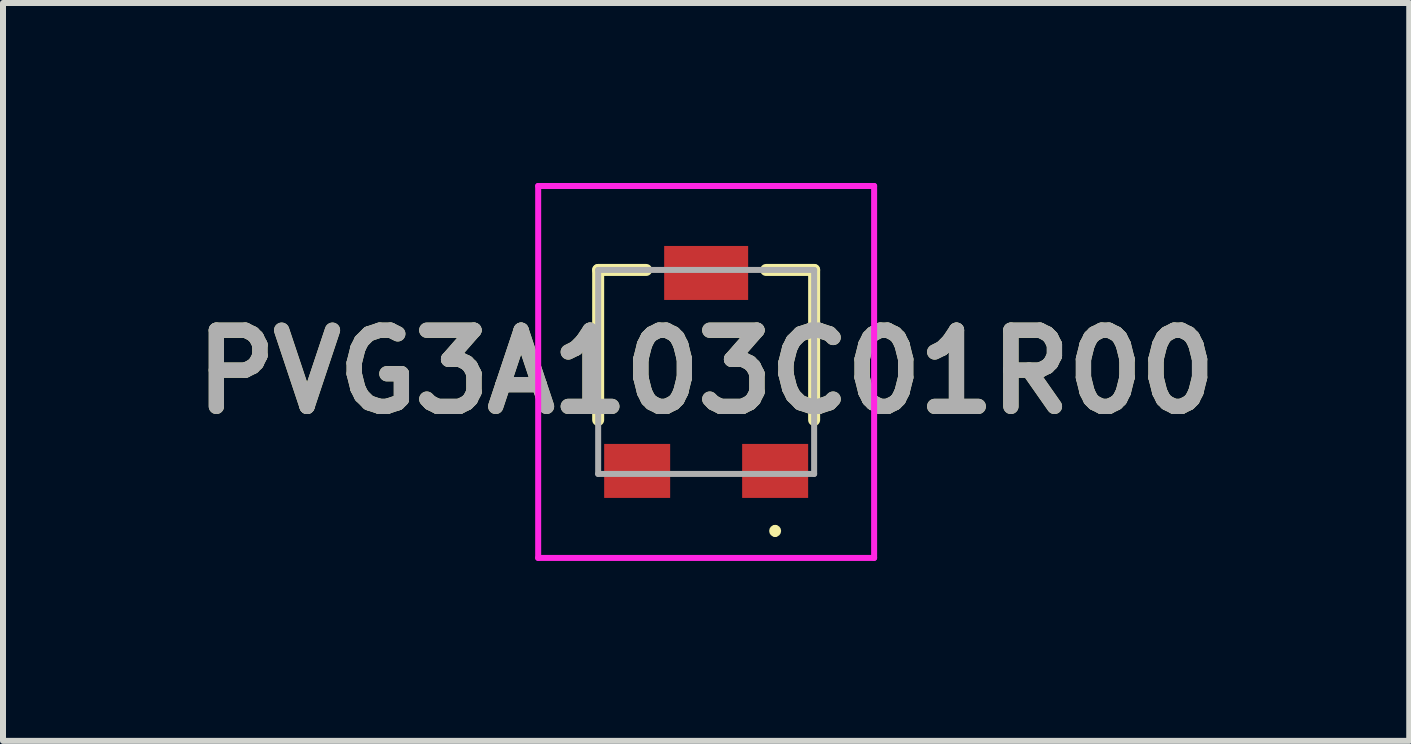
<source format=kicad_pcb>
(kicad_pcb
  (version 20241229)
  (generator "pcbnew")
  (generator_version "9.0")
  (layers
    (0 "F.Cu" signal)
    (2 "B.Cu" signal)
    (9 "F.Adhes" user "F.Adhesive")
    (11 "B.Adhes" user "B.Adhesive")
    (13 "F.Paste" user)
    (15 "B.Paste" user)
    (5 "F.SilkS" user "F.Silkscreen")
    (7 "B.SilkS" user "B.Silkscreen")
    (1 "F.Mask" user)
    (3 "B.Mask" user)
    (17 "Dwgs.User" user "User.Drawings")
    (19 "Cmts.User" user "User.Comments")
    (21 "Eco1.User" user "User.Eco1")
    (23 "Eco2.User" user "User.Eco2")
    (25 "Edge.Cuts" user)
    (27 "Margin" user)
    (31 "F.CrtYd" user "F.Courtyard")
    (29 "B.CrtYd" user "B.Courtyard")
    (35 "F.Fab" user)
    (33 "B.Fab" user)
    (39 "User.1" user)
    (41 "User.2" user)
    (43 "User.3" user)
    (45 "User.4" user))
  (footprint "PVG3A103C01R00"
    (layer "F.Cu")
    (at 8.721 3.15)
    (property "Reference" "PVG3A103C01R00" (at 0 0 0) (layer "F.SilkS") (effects (font (size 1.27 1.27) (thickness 0.254))))
    (attr smd)
    (fp_line (start -1.8 -1.7) (end -1.8 0.8) (stroke (width 0.2) (type solid)) (layer "F.SilkS"))
    (fp_line (start -1 -1.7) (end -1.8 -1.7) (stroke (width 0.2) (type solid)) (layer "F.SilkS"))
    (fp_line (start 1 -1.7) (end 1.8 -1.7) (stroke (width 0.2) (type solid)) (layer "F.SilkS"))
    (fp_line (start 1.15 2.6) (end 1.15 2.6) (stroke (width 0.1) (type solid)) (layer "F.SilkS"))
    (fp_line (start 1.15 2.7) (end 1.15 2.7) (stroke (width 0.1) (type solid)) (layer "F.SilkS"))
    (fp_line (start 1.8 -1.7) (end 1.8 0.8) (stroke (width 0.2) (type solid)) (layer "F.SilkS"))
    (fp_arc (start 1.15 2.6) (mid 1.2 2.65) (end 1.15 2.7) (stroke (width 0.1) (type solid)) (layer "F.SilkS"))
    (fp_arc (start 1.15 2.7) (mid 1.1 2.65) (end 1.15 2.6) (stroke (width 0.1) (type solid)) (layer "F.SilkS"))
    (fp_line (start -2.8 -3.1) (end 2.8 -3.1) (stroke (width 0.1) (type solid)) (layer "F.CrtYd"))
    (fp_line (start -2.8 3.1) (end -2.8 -3.1) (stroke (width 0.1) (type solid)) (layer "F.CrtYd"))
    (fp_line (start 2.8 -3.1) (end 2.8 3.1) (stroke (width 0.1) (type solid)) (layer "F.CrtYd"))
    (fp_line (start 2.8 3.1) (end -2.8 3.1) (stroke (width 0.1) (type solid)) (layer "F.CrtYd"))
    (fp_line (start -1.8 -1.7) (end 1.8 -1.7) (stroke (width 0.1) (type solid)) (layer "F.Fab"))
    (fp_line (start -1.8 1.7) (end -1.8 -1.7) (stroke (width 0.1) (type solid)) (layer "F.Fab"))
    (fp_line (start 1.8 -1.7) (end 1.8 1.7) (stroke (width 0.1) (type solid)) (layer "F.Fab"))
    (fp_line (start 1.8 1.7) (end -1.8 1.7) (stroke (width 0.1) (type solid)) (layer "F.Fab"))
    (fp_text user "${REFERENCE}" (at 0 0 0) (layer "F.Fab") (effects (font (size 1.27 1.27) (thickness 0.254))))
    (pad "1" smd rect (at 1.15 1.65 90) (size 0.9 1.1) (layers "F.Cu" "F.Mask" "F.Paste"))
    (pad "2" smd rect (at 0 -1.65 90) (size 0.9 1.4) (layers "F.Cu" "F.Mask" "F.Paste"))
    (pad "3" smd rect (at -1.15 1.65 90) (size 0.9 1.1) (layers "F.Cu" "F.Mask" "F.Paste")))
  (gr_rect
    (start -3 -3)
    (end 20.441 9.3)
    (stroke (width 0.1) (type default))
    (fill no)
    (layer "Edge.Cuts")))
</source>
